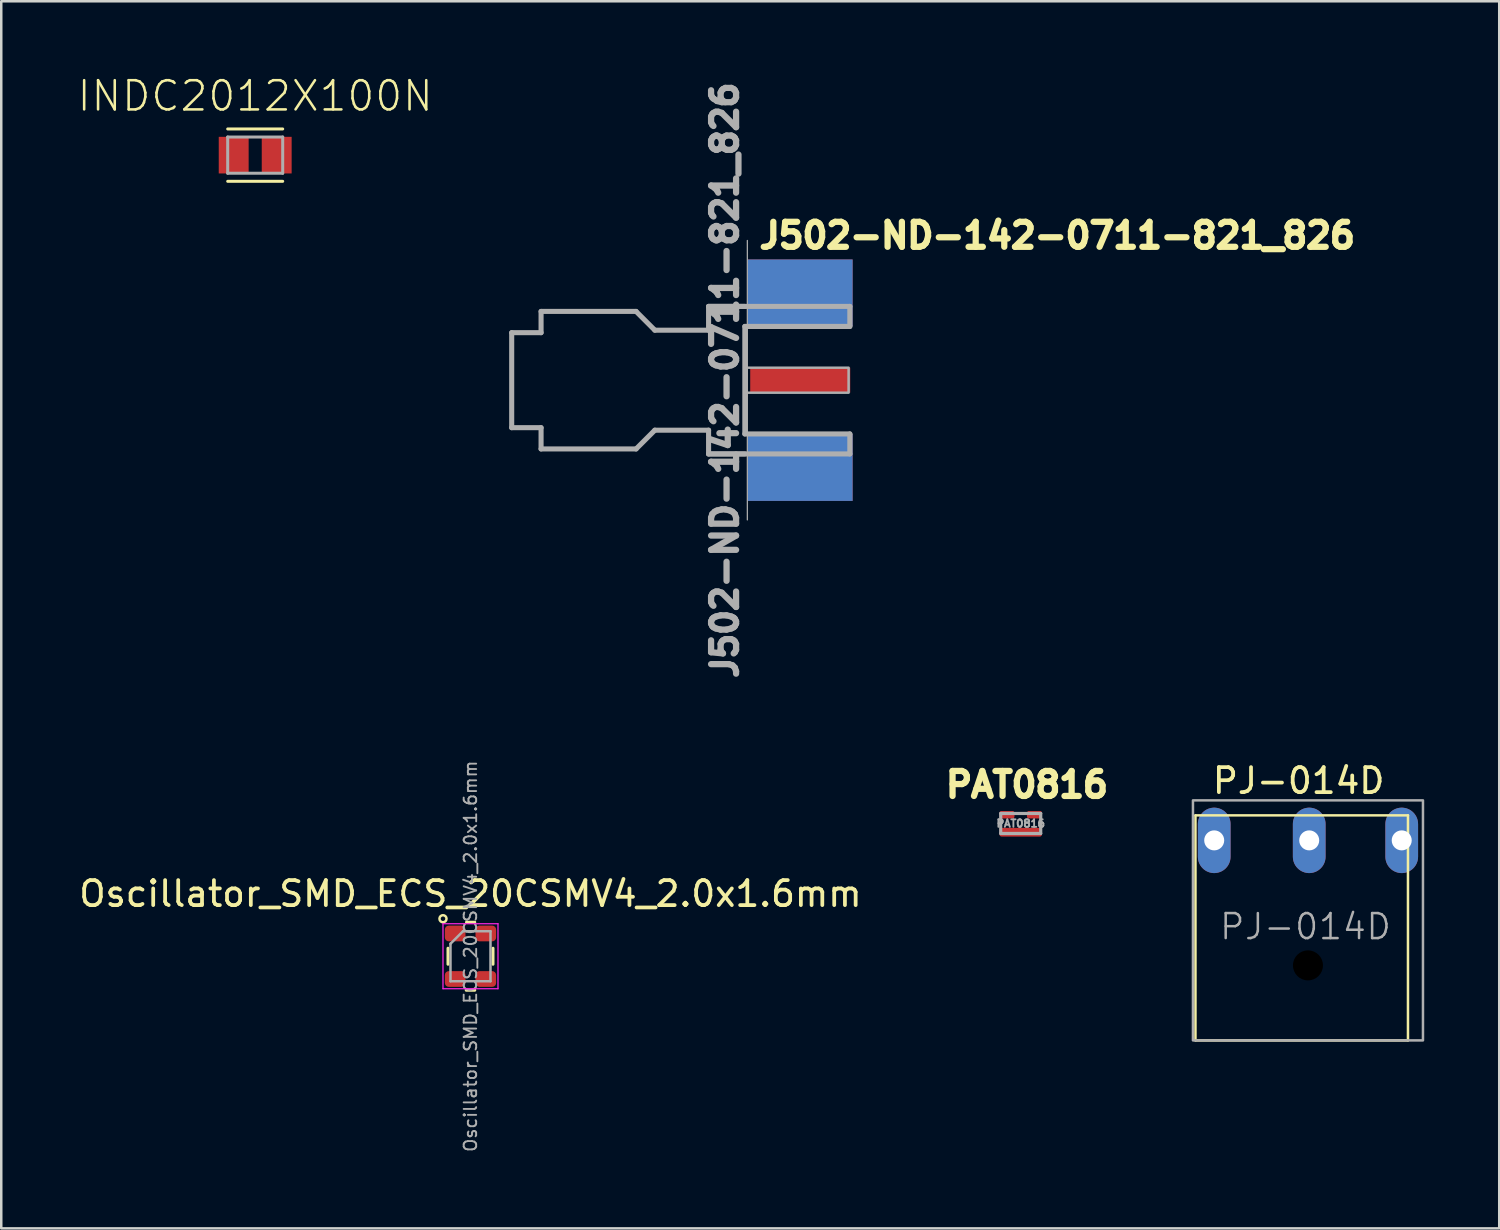
<source format=kicad_pcb>
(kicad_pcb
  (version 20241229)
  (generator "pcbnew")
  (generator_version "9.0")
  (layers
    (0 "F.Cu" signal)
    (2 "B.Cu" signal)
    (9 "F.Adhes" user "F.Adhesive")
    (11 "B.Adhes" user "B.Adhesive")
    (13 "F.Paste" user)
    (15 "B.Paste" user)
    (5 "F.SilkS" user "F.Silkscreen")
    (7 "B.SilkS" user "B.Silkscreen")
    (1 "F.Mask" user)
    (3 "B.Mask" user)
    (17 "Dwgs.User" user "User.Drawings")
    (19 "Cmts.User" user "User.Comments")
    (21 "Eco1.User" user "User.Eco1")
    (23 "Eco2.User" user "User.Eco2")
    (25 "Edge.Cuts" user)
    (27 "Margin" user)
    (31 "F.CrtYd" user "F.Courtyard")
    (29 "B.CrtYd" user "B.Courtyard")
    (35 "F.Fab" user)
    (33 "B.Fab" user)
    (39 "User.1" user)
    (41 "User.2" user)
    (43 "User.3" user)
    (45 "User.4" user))
  (footprint "INDC2012X100N"
    (layer "F.Cu")
    (at 7.157 3.155)
    (property "Reference" "INDC2012X100N" (at 0 -1.682 0) (unlocked yes) (layer "F.SilkS") (effects (font (size 1.168 1.168) (thickness 0.102)) (justify bottom)))
    (fp_line (start 1.1 -1.047) (end -1.1 -1.047) (stroke (width 0.12) (type solid)) (layer "F.SilkS"))
    (fp_line (start 1.1 1.047) (end -1.1 1.047) (stroke (width 0.12) (type solid)) (layer "F.SilkS"))
    (fp_line (start -1.1 -0.725) (end 1.1 -0.725) (stroke (width 0.12) (type solid)) (layer "F.Fab"))
    (fp_line (start -1.1 0.725) (end -1.1 -0.725) (stroke (width 0.12) (type solid)) (layer "F.Fab"))
    (fp_line (start 1.1 -0.725) (end 1.1 0.725) (stroke (width 0.12) (type solid)) (layer "F.Fab"))
    (fp_line (start 1.1 0.725) (end -1.1 0.725) (stroke (width 0.12) (type solid)) (layer "F.Fab"))
    (pad "1" smd rect (at -0.86 0) (size 1.196 1.465) (layers "F.Cu" "F.Mask" "F.Paste"))
    (pad "2" smd rect (at 0.86 0) (size 1.196 1.465) (layers "F.Cu" "F.Mask" "F.Paste")))
  (footprint "Oscillator_SMD_ECS_20CSMV4_2.0x1.6mm"
    (layer "F.Cu")
    (at 15.768 35.196)
    (property "Reference" "Oscillator_SMD_ECS_20CSMV4_2.0x1.6mm" (at 0 -2.5 0) (layer "F.SilkS") (effects (font (size 1 1) (thickness 0.15))))
    (attr smd)
    (fp_line (start -0.9 0.32) (end -0.9 -0.32) (stroke (width 0.12) (type solid)) (layer "F.SilkS"))
    (fp_line (start -0.17 1.36) (end 0.17 1.36) (stroke (width 0.12) (type solid)) (layer "F.SilkS"))
    (fp_line (start -0.16 -1.36) (end 0.17 -1.36) (stroke (width 0.12) (type solid)) (layer "F.SilkS"))
    (fp_line (start 0.9 0.32) (end 0.9 -0.32) (stroke (width 0.12) (type solid)) (layer "F.SilkS"))
    (fp_circle (center -1.1 -1.5) (end -1 -1.6) (stroke (width 0.1) (type default)) (fill no) (layer "F.SilkS"))
    (fp_line (start -1.1 -1.3) (end -1.1 1.3) (stroke (width 0.05) (type solid)) (layer "F.CrtYd"))
    (fp_line (start -1.1 -1.3) (end 1.1 -1.3) (stroke (width 0.05) (type solid)) (layer "F.CrtYd"))
    (fp_line (start -1.1 1.3) (end 1.1 1.3) (stroke (width 0.05) (type solid)) (layer "F.CrtYd"))
    (fp_line (start 1.1 -1.3) (end 1.1 1.3) (stroke (width 0.05) (type solid)) (layer "F.CrtYd"))
    (fp_line (start -0.8 -0.5) (end -0.8 1) (stroke (width 0.1) (type solid)) (layer "F.Fab"))
    (fp_line (start -0.8 -0.5) (end -0.3 -1) (stroke (width 0.1) (type solid)) (layer "F.Fab"))
    (fp_line (start -0.8 1) (end 0.8 1) (stroke (width 0.1) (type solid)) (layer "F.Fab"))
    (fp_line (start -0.3 -1) (end 0.8 -1) (stroke (width 0.1) (type solid)) (layer "F.Fab"))
    (fp_line (start 0.8 -1) (end 0.8 1) (stroke (width 0.1) (type solid)) (layer "F.Fab"))
    (fp_text user "${REFERENCE}" (at 0 0 90) (layer "F.Fab") (effects (font (size 0.5 0.5) (thickness 0.075))))
    (pad "1" smd roundrect (at -0.613 -0.91) (size 0.825 0.63) (layers "F.Cu" "F.Mask" "F.Paste") (roundrect_rratio 0.25))
    (pad "2" smd roundrect (at -0.613 0.91) (size 0.825 0.63) (layers "F.Cu" "F.Mask" "F.Paste") (roundrect_rratio 0.25))
    (pad "3" smd roundrect (at 0.613 0.91) (size 0.825 0.63) (layers "F.Cu" "F.Mask" "F.Paste") (roundrect_rratio 0.25))
    (pad "4" smd roundrect (at 0.613 -0.91) (size 0.825 0.63) (layers "F.Cu" "F.Mask" "F.Paste") (roundrect_rratio 0.25))
    (zone (net_name "") (layer "F.Cu") (name "noGND") (hatch edge 0.5) (connect_pads) (min_thickness 0.25) (filled_areas_thickness no) (keepout (tracks allowed) (vias not_allowed) (pads allowed) (copperpour not_allowed) (footprints allowed)) (placement (enabled no)) (fill) (polygon (pts (xy 14.868 33.996) (xy 16.668 33.996) (xy 16.668 36.396) (xy 14.868 36.396)))))
  (footprint "PJ-014D"
    (layer "F.Cu")
    (at 44.764 38.562)
    (property "Reference" "PJ-014D" (at 0.6 -9.8 0) (unlocked yes) (layer "F.SilkS") (effects (font (size 1 1) (thickness 0.15)) (justify left bottom)))
    (attr through_hole)
    (fp_line (start 0 -9) (end 0 0) (stroke (width 0.1) (type solid)) (layer "F.SilkS"))
    (fp_line (start 0 0) (end 8.5 0) (stroke (width 0.1) (type solid)) (layer "F.SilkS"))
    (fp_line (start 8.5 -9) (end 0 -9) (stroke (width 0.1) (type solid)) (layer "F.SilkS"))
    (fp_line (start 8.5 0) (end 8.5 -9) (stroke (width 0.1) (type solid)) (layer "F.SilkS"))
    (fp_rect (start -0.1 -9.6) (end 9.1 0) (stroke (width 0.1) (type default)) (fill no) (layer "F.Fab"))
    (fp_text user "${REFERENCE}" (at 4.4 -4.55 0) (unlocked yes) (layer "F.Fab") (effects (font (size 1 1) (thickness 0.1))))
    (pad "" np_thru_hole circle (at 4.5 -3) (size 1.2 1.2) (drill 1.2) (layers "*.Mask"))
    (pad "1" thru_hole oval (at 8.25 -8 90) (size 2.616 1.308) (drill 0.8) (layers "*.Cu" "*.Mask"))
    (pad "2" thru_hole oval (at 0.75 -8 90) (size 2.616 1.308) (drill 0.8) (layers "*.Cu" "*.Mask"))
    (pad "3" thru_hole oval (at 4.55 -8 90) (size 2.616 1.308) (drill 0.8) (layers "*.Cu" "*.Mask")))
  (footprint "J502-ND-142-0711-821_826"
    (layer "F.Cu")
    (at 26.841 12.156)
    (property "Reference" "J502-ND-142-0711-821_826" (at 0.35 -5.2 0) (unlocked yes) (layer "F.SilkS") (effects (font (size 1 1) (thickness 0.25) (bold yes)) (justify left bottom)))
    (attr smd)
    (fp_line (start -9.425 -1.9) (end -8.25 -1.9) (stroke (width 0.203) (type solid)) (layer "F.Fab"))
    (fp_line (start -9.425 1.9) (end -9.425 -1.9) (stroke (width 0.203) (type solid)) (layer "F.Fab"))
    (fp_line (start -8.25 -2.75) (end -4.45 -2.75) (stroke (width 0.203) (type solid)) (layer "F.Fab"))
    (fp_line (start -8.25 -1.9) (end -8.25 -2.75) (stroke (width 0.203) (type solid)) (layer "F.Fab"))
    (fp_line (start -8.25 1.9) (end -9.425 1.9) (stroke (width 0.203) (type solid)) (layer "F.Fab"))
    (fp_line (start -8.25 2.75) (end -8.25 1.9) (stroke (width 0.203) (type solid)) (layer "F.Fab"))
    (fp_line (start -4.45 -2.75) (end -3.7 -2) (stroke (width 0.203) (type solid)) (layer "F.Fab"))
    (fp_line (start -4.45 2.75) (end -8.25 2.75) (stroke (width 0.203) (type solid)) (layer "F.Fab"))
    (fp_line (start -3.7 -2) (end -1.55 -2) (stroke (width 0.203) (type solid)) (layer "F.Fab"))
    (fp_line (start -3.7 2) (end -4.45 2.75) (stroke (width 0.203) (type solid)) (layer "F.Fab"))
    (fp_line (start -1.55 -2.95) (end -0.1 -2.95) (stroke (width 0.203) (type solid)) (layer "F.Fab"))
    (fp_line (start -1.55 -2) (end -1.55 -2.95) (stroke (width 0.203) (type solid)) (layer "F.Fab"))
    (fp_line (start -1.55 2) (end -3.7 2) (stroke (width 0.203) (type solid)) (layer "F.Fab"))
    (fp_line (start -1.55 2.95) (end -1.55 2) (stroke (width 0.203) (type solid)) (layer "F.Fab"))
    (fp_line (start -0.1 -2.15) (end 4.1 -2.15) (stroke (width 0.203) (type solid)) (layer "F.Fab"))
    (fp_line (start -0.1 2.15) (end -0.1 -2.15) (stroke (width 0.203) (type solid)) (layer "F.Fab"))
    (fp_line (start -0.1 2.95) (end -1.55 2.95) (stroke (width 0.203) (type solid)) (layer "F.Fab"))
    (fp_line (start 0 -5.588) (end 0 5.588) (stroke (width 0.05) (type solid)) (layer "F.Fab"))
    (fp_line (start 4.1 -2.95) (end -1.55 -2.95) (stroke (width 0.203) (type default)) (layer "F.Fab"))
    (fp_line (start 4.1 -2.15) (end 4.1 -2.95) (stroke (width 0.203) (type solid)) (layer "F.Fab"))
    (fp_line (start 4.1 2.15) (end -0.1 2.15) (stroke (width 0.203) (type solid)) (layer "F.Fab"))
    (fp_line (start 4.1 2.95) (end -1.55 2.95) (stroke (width 0.203) (type solid)) (layer "F.Fab"))
    (fp_line (start 4.1 2.95) (end 4.1 2.15) (stroke (width 0.203) (type solid)) (layer "F.Fab"))
    (fp_poly (pts (xy -0.025 0.5) (xy 4.05 0.5) (xy 4.05 -0.5) (xy -0.025 -0.5)) (stroke (width 0.1) (type default)) (fill no) (layer "F.Fab"))
    (fp_text user "${REFERENCE}" (at -0.9 0 90) (layer "F.Fab") (effects (font (size 1 1) (thickness 0.25) (bold yes))))
    (pad "1" smd rect (at 2.115 0) (size 4 1) (layers "F.Cu" "F.Mask" "F.Paste"))
    (pad "G@1" smd rect (at 2.115 -3.495) (size 4.191 2.667) (layers "F.Cu" "F.Mask" "F.Paste"))
    (pad "G@2" smd rect (at 2.115 3.495) (size 4.191 2.667) (layers "F.Cu" "F.Mask" "F.Paste"))
    (pad "G@3" smd rect (at 2.115 -3.495) (size 4.191 2.667) (layers "B.Cu" "B.Mask" "B.Paste"))
    (pad "G@4" smd rect (at 2.115 3.495) (size 4.191 2.667) (layers "B.Cu" "B.Mask" "B.Paste")))
  (footprint "PAT0816"
    (layer "F.Cu")
    (at 37.775 29.886)
    (property "Reference" "PAT0816" (at 0.25 -1.55 0) (unlocked yes) (layer "F.SilkS") (effects (font (size 1 1) (thickness 0.25) (bold yes))))
    (attr smd)
    (fp_line (start -0.8 -0.4) (end 0.8 -0.4) (stroke (width 0.127) (type solid)) (layer "F.Fab"))
    (fp_line (start -0.8 0) (end -0.8 -0.4) (stroke (width 0.127) (type solid)) (layer "F.Fab"))
    (fp_line (start -0.8 0.4) (end -0.8 0) (stroke (width 0.127) (type solid)) (layer "F.Fab"))
    (fp_line (start 0.8 -0.4) (end 0.8 0.4) (stroke (width 0.127) (type solid)) (layer "F.Fab"))
    (fp_line (start 0.8 0.4) (end -0.8 0.4) (stroke (width 0.127) (type solid)) (layer "F.Fab"))
    (fp_text user "${REFERENCE}" (at 0 0 0) (unlocked yes) (layer "F.Fab") (effects (font (size 0.3 0.3) (thickness 0.075) (bold yes))))
    (pad "1" smd roundrect (at -0.55 -0.35) (size 0.6 0.3) (layers "F.Cu" "F.Mask" "F.Paste") (roundrect_rratio 0.25))
    (pad "2" smd roundrect (at 0.55 -0.35) (size 0.6 0.3) (layers "F.Cu" "F.Mask" "F.Paste") (roundrect_rratio 0.25))
    (pad "3" smd roundrect (at 0 0.35) (size 1.7 0.35) (layers "F.Cu" "F.Mask" "F.Paste") (roundrect_rratio 0.25)))
  (gr_rect
    (start -3 -3)
    (end 56.914 46.08)
    (stroke (width 0.1) (type default))
    (fill no)
    (layer "Edge.Cuts")))
</source>
